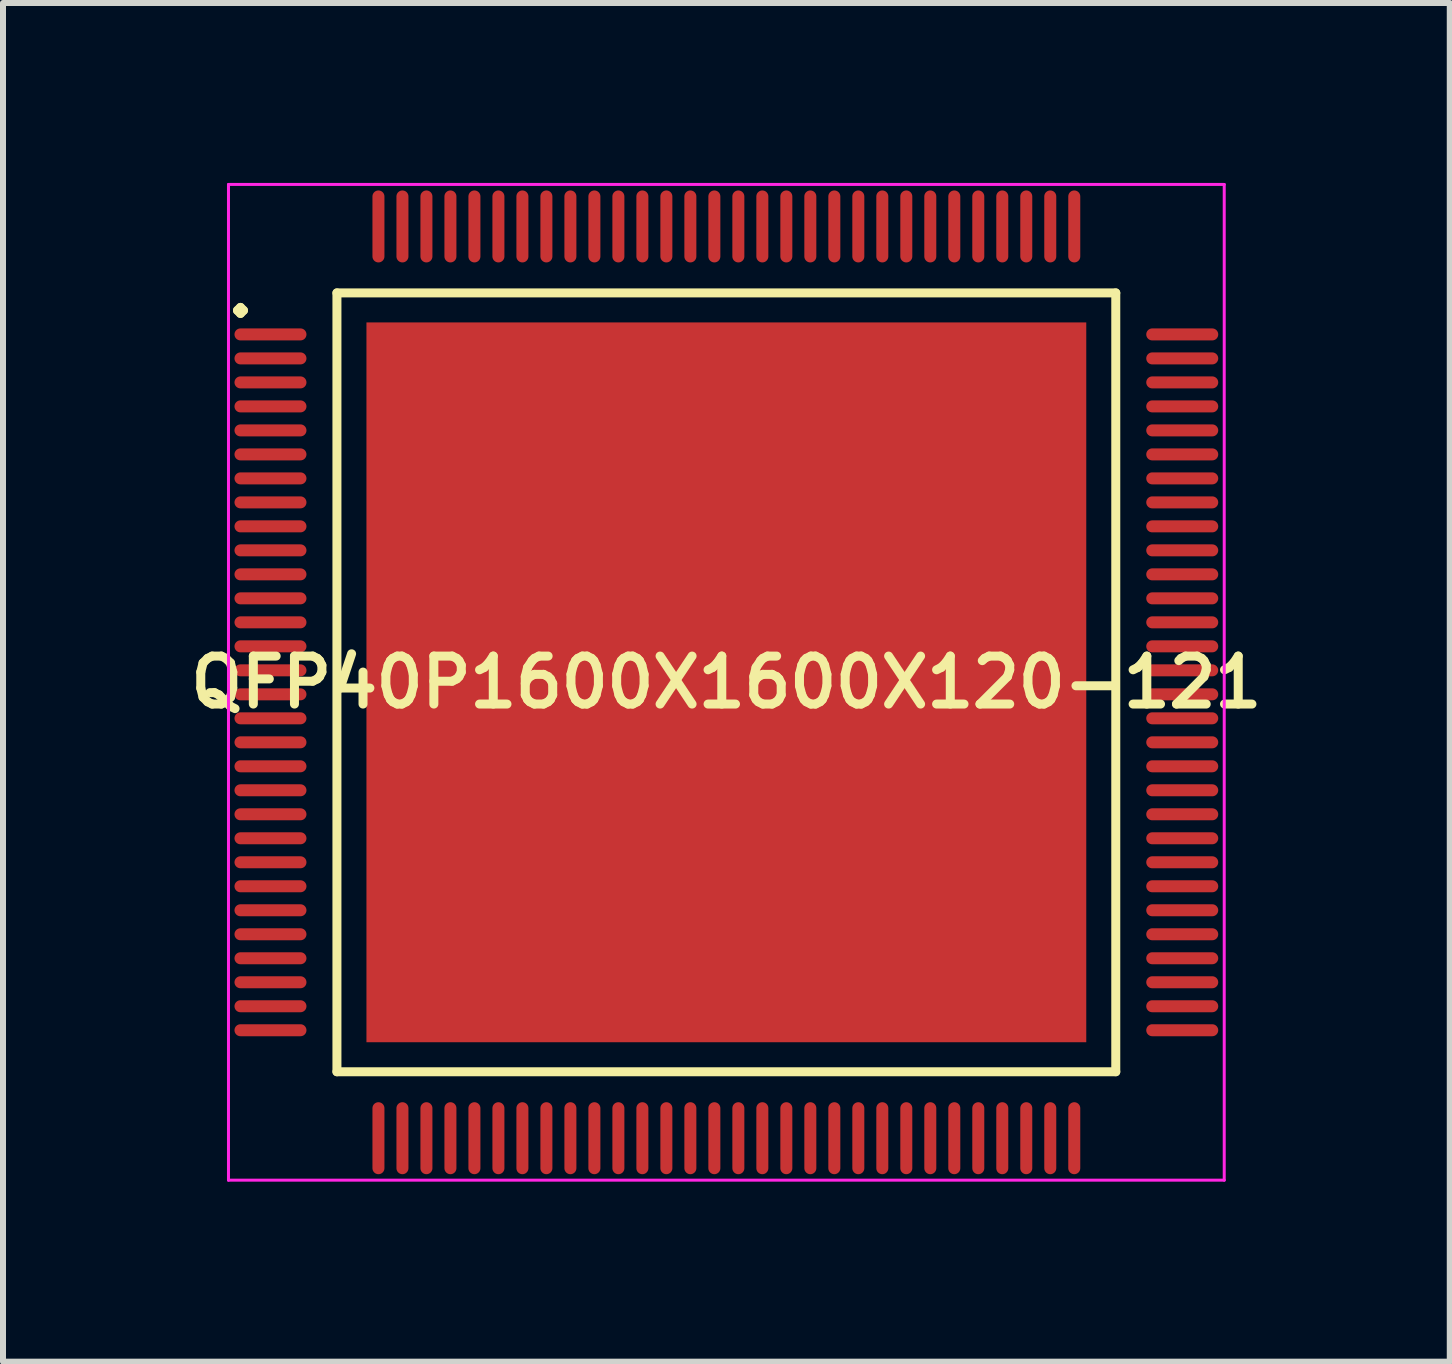
<source format=kicad_pcb>
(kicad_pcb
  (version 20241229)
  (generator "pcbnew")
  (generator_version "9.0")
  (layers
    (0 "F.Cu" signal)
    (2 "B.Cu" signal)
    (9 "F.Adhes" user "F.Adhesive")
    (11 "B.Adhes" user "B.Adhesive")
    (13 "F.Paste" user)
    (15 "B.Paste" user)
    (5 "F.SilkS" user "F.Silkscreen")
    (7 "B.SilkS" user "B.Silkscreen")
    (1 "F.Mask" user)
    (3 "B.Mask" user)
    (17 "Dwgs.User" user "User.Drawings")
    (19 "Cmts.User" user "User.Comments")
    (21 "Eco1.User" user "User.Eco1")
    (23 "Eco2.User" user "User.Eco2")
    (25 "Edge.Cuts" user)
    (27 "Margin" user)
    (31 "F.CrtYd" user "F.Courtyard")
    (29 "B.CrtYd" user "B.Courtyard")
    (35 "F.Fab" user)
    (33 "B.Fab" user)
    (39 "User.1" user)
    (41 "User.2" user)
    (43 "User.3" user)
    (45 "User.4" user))
  (footprint "QFP40P1600X1600X120-121"
    (layer "F.Cu")
    (at 9.059 8.325)
    (property "Reference" "QFP40P1600X1600X120-121" (at 0 0 0) (layer "F.SilkS") (effects (font (size 0.8 0.8) (thickness 0.15))))
    (attr smd)
    (fp_line (start -8.15 -6.2) (end -8.1 -6.25) (stroke (width 0.15) (type solid)) (layer "F.SilkS"))
    (fp_line (start -8.1 -6.25) (end -8.05 -6.2) (stroke (width 0.15) (type solid)) (layer "F.SilkS"))
    (fp_line (start -8.1 -6.15) (end -8.15 -6.2) (stroke (width 0.15) (type solid)) (layer "F.SilkS"))
    (fp_line (start -8.05 -6.2) (end -8.1 -6.15) (stroke (width 0.15) (type solid)) (layer "F.SilkS"))
    (fp_line (start -6.492 -6.492) (end -6.492 6.492) (stroke (width 0.15) (type solid)) (layer "F.SilkS"))
    (fp_line (start -6.492 6.492) (end 6.492 6.492) (stroke (width 0.15) (type solid)) (layer "F.SilkS"))
    (fp_line (start 6.492 -6.492) (end -6.492 -6.492) (stroke (width 0.15) (type solid)) (layer "F.SilkS"))
    (fp_line (start 6.492 6.492) (end 6.492 -6.492) (stroke (width 0.15) (type solid)) (layer "F.SilkS"))
    (fp_line (start -8.3 -8.3) (end 8.3 -8.3) (stroke (width 0.05) (type solid)) (layer "F.CrtYd"))
    (fp_line (start -8.3 8.3) (end -8.3 -8.3) (stroke (width 0.05) (type solid)) (layer "F.CrtYd"))
    (fp_line (start 8.3 -8.3) (end 8.3 8.3) (stroke (width 0.05) (type solid)) (layer "F.CrtYd"))
    (fp_line (start 8.3 8.3) (end -8.3 8.3) (stroke (width 0.05) (type solid)) (layer "F.CrtYd"))
    (pad "1" smd oval (at -7.6 -5.8) (size 1.2 0.2) (layers "F.Cu" "F.Mask" "F.Paste"))
    (pad "2" smd oval (at -7.6 -5.4) (size 1.2 0.2) (layers "F.Cu" "F.Mask" "F.Paste"))
    (pad "3" smd oval (at -7.6 -5) (size 1.2 0.2) (layers "F.Cu" "F.Mask" "F.Paste"))
    (pad "4" smd oval (at -7.6 -4.6) (size 1.2 0.2) (layers "F.Cu" "F.Mask" "F.Paste"))
    (pad "5" smd oval (at -7.6 -4.2) (size 1.2 0.2) (layers "F.Cu" "F.Mask" "F.Paste"))
    (pad "6" smd oval (at -7.6 -3.8) (size 1.2 0.2) (layers "F.Cu" "F.Mask" "F.Paste"))
    (pad "7" smd oval (at -7.6 -3.4) (size 1.2 0.2) (layers "F.Cu" "F.Mask" "F.Paste"))
    (pad "8" smd oval (at -7.6 -3) (size 1.2 0.2) (layers "F.Cu" "F.Mask" "F.Paste"))
    (pad "9" smd oval (at -7.6 -2.6) (size 1.2 0.2) (layers "F.Cu" "F.Mask" "F.Paste"))
    (pad "10" smd oval (at -7.6 -2.2) (size 1.2 0.2) (layers "F.Cu" "F.Mask" "F.Paste"))
    (pad "11" smd oval (at -7.6 -1.8) (size 1.2 0.2) (layers "F.Cu" "F.Mask" "F.Paste"))
    (pad "12" smd oval (at -7.6 -1.4) (size 1.2 0.2) (layers "F.Cu" "F.Mask" "F.Paste"))
    (pad "13" smd oval (at -7.6 -1) (size 1.2 0.2) (layers "F.Cu" "F.Mask" "F.Paste"))
    (pad "14" smd oval (at -7.6 -0.6) (size 1.2 0.2) (layers "F.Cu" "F.Mask" "F.Paste"))
    (pad "15" smd oval (at -7.6 -0.2) (size 1.2 0.2) (layers "F.Cu" "F.Mask" "F.Paste"))
    (pad "16" smd oval (at -7.6 0.2) (size 1.2 0.2) (layers "F.Cu" "F.Mask" "F.Paste"))
    (pad "17" smd oval (at -7.6 0.6) (size 1.2 0.2) (layers "F.Cu" "F.Mask" "F.Paste"))
    (pad "18" smd oval (at -7.6 1) (size 1.2 0.2) (layers "F.Cu" "F.Mask" "F.Paste"))
    (pad "19" smd oval (at -7.6 1.4) (size 1.2 0.2) (layers "F.Cu" "F.Mask" "F.Paste"))
    (pad "20" smd oval (at -7.6 1.8) (size 1.2 0.2) (layers "F.Cu" "F.Mask" "F.Paste"))
    (pad "21" smd oval (at -7.6 2.2) (size 1.2 0.2) (layers "F.Cu" "F.Mask" "F.Paste"))
    (pad "22" smd oval (at -7.6 2.6) (size 1.2 0.2) (layers "F.Cu" "F.Mask" "F.Paste"))
    (pad "23" smd oval (at -7.6 3) (size 1.2 0.2) (layers "F.Cu" "F.Mask" "F.Paste"))
    (pad "24" smd oval (at -7.6 3.4) (size 1.2 0.2) (layers "F.Cu" "F.Mask" "F.Paste"))
    (pad "25" smd oval (at -7.6 3.8) (size 1.2 0.2) (layers "F.Cu" "F.Mask" "F.Paste"))
    (pad "26" smd oval (at -7.6 4.2) (size 1.2 0.2) (layers "F.Cu" "F.Mask" "F.Paste"))
    (pad "27" smd oval (at -7.6 4.6) (size 1.2 0.2) (layers "F.Cu" "F.Mask" "F.Paste"))
    (pad "28" smd oval (at -7.6 5) (size 1.2 0.2) (layers "F.Cu" "F.Mask" "F.Paste"))
    (pad "29" smd oval (at -7.6 5.4) (size 1.2 0.2) (layers "F.Cu" "F.Mask" "F.Paste"))
    (pad "30" smd oval (at -7.6 5.8) (size 1.2 0.2) (layers "F.Cu" "F.Mask" "F.Paste"))
    (pad "31" smd oval (at -5.8 7.6) (size 0.2 1.2) (layers "F.Cu" "F.Mask" "F.Paste"))
    (pad "32" smd oval (at -5.4 7.6) (size 0.2 1.2) (layers "F.Cu" "F.Mask" "F.Paste"))
    (pad "33" smd oval (at -5 7.6) (size 0.2 1.2) (layers "F.Cu" "F.Mask" "F.Paste"))
    (pad "34" smd oval (at -4.6 7.6) (size 0.2 1.2) (layers "F.Cu" "F.Mask" "F.Paste"))
    (pad "35" smd oval (at -4.2 7.6) (size 0.2 1.2) (layers "F.Cu" "F.Mask" "F.Paste"))
    (pad "36" smd oval (at -3.8 7.6) (size 0.2 1.2) (layers "F.Cu" "F.Mask" "F.Paste"))
    (pad "37" smd oval (at -3.4 7.6) (size 0.2 1.2) (layers "F.Cu" "F.Mask" "F.Paste"))
    (pad "38" smd oval (at -3 7.6) (size 0.2 1.2) (layers "F.Cu" "F.Mask" "F.Paste"))
    (pad "39" smd oval (at -2.6 7.6) (size 0.2 1.2) (layers "F.Cu" "F.Mask" "F.Paste"))
    (pad "40" smd oval (at -2.2 7.6) (size 0.2 1.2) (layers "F.Cu" "F.Mask" "F.Paste"))
    (pad "41" smd oval (at -1.8 7.6) (size 0.2 1.2) (layers "F.Cu" "F.Mask" "F.Paste"))
    (pad "42" smd oval (at -1.4 7.6) (size 0.2 1.2) (layers "F.Cu" "F.Mask" "F.Paste"))
    (pad "43" smd oval (at -1 7.6) (size 0.2 1.2) (layers "F.Cu" "F.Mask" "F.Paste"))
    (pad "44" smd oval (at -0.6 7.6) (size 0.2 1.2) (layers "F.Cu" "F.Mask" "F.Paste"))
    (pad "45" smd oval (at -0.2 7.6) (size 0.2 1.2) (layers "F.Cu" "F.Mask" "F.Paste"))
    (pad "46" smd oval (at 0.2 7.6) (size 0.2 1.2) (layers "F.Cu" "F.Mask" "F.Paste"))
    (pad "47" smd oval (at 0.6 7.6) (size 0.2 1.2) (layers "F.Cu" "F.Mask" "F.Paste"))
    (pad "48" smd oval (at 1 7.6) (size 0.2 1.2) (layers "F.Cu" "F.Mask" "F.Paste"))
    (pad "49" smd oval (at 1.4 7.6) (size 0.2 1.2) (layers "F.Cu" "F.Mask" "F.Paste"))
    (pad "50" smd oval (at 1.8 7.6) (size 0.2 1.2) (layers "F.Cu" "F.Mask" "F.Paste"))
    (pad "51" smd oval (at 2.2 7.6) (size 0.2 1.2) (layers "F.Cu" "F.Mask" "F.Paste"))
    (pad "52" smd oval (at 2.6 7.6) (size 0.2 1.2) (layers "F.Cu" "F.Mask" "F.Paste"))
    (pad "53" smd oval (at 3 7.6) (size 0.2 1.2) (layers "F.Cu" "F.Mask" "F.Paste"))
    (pad "54" smd oval (at 3.4 7.6) (size 0.2 1.2) (layers "F.Cu" "F.Mask" "F.Paste"))
    (pad "55" smd oval (at 3.8 7.6) (size 0.2 1.2) (layers "F.Cu" "F.Mask" "F.Paste"))
    (pad "56" smd oval (at 4.2 7.6) (size 0.2 1.2) (layers "F.Cu" "F.Mask" "F.Paste"))
    (pad "57" smd oval (at 4.6 7.6) (size 0.2 1.2) (layers "F.Cu" "F.Mask" "F.Paste"))
    (pad "58" smd oval (at 5 7.6) (size 0.2 1.2) (layers "F.Cu" "F.Mask" "F.Paste"))
    (pad "59" smd oval (at 5.4 7.6) (size 0.2 1.2) (layers "F.Cu" "F.Mask" "F.Paste"))
    (pad "60" smd oval (at 5.8 7.6) (size 0.2 1.2) (layers "F.Cu" "F.Mask" "F.Paste"))
    (pad "61" smd oval (at 7.6 5.8) (size 1.2 0.2) (layers "F.Cu" "F.Mask" "F.Paste"))
    (pad "62" smd oval (at 7.6 5.4) (size 1.2 0.2) (layers "F.Cu" "F.Mask" "F.Paste"))
    (pad "63" smd oval (at 7.6 5) (size 1.2 0.2) (layers "F.Cu" "F.Mask" "F.Paste"))
    (pad "64" smd oval (at 7.6 4.6) (size 1.2 0.2) (layers "F.Cu" "F.Mask" "F.Paste"))
    (pad "65" smd oval (at 7.6 4.2) (size 1.2 0.2) (layers "F.Cu" "F.Mask" "F.Paste"))
    (pad "66" smd oval (at 7.6 3.8) (size 1.2 0.2) (layers "F.Cu" "F.Mask" "F.Paste"))
    (pad "67" smd oval (at 7.6 3.4) (size 1.2 0.2) (layers "F.Cu" "F.Mask" "F.Paste"))
    (pad "68" smd oval (at 7.6 3) (size 1.2 0.2) (layers "F.Cu" "F.Mask" "F.Paste"))
    (pad "69" smd oval (at 7.6 2.6) (size 1.2 0.2) (layers "F.Cu" "F.Mask" "F.Paste"))
    (pad "70" smd oval (at 7.6 2.2) (size 1.2 0.2) (layers "F.Cu" "F.Mask" "F.Paste"))
    (pad "71" smd oval (at 7.6 1.8) (size 1.2 0.2) (layers "F.Cu" "F.Mask" "F.Paste"))
    (pad "72" smd oval (at 7.6 1.4) (size 1.2 0.2) (layers "F.Cu" "F.Mask" "F.Paste"))
    (pad "73" smd oval (at 7.6 1) (size 1.2 0.2) (layers "F.Cu" "F.Mask" "F.Paste"))
    (pad "74" smd oval (at 7.6 0.6) (size 1.2 0.2) (layers "F.Cu" "F.Mask" "F.Paste"))
    (pad "75" smd oval (at 7.6 0.2) (size 1.2 0.2) (layers "F.Cu" "F.Mask" "F.Paste"))
    (pad "76" smd oval (at 7.6 -0.2) (size 1.2 0.2) (layers "F.Cu" "F.Mask" "F.Paste"))
    (pad "77" smd oval (at 7.6 -0.6) (size 1.2 0.2) (layers "F.Cu" "F.Mask" "F.Paste"))
    (pad "78" smd oval (at 7.6 -1) (size 1.2 0.2) (layers "F.Cu" "F.Mask" "F.Paste"))
    (pad "79" smd oval (at 7.6 -1.4) (size 1.2 0.2) (layers "F.Cu" "F.Mask" "F.Paste"))
    (pad "80" smd oval (at 7.6 -1.8) (size 1.2 0.2) (layers "F.Cu" "F.Mask" "F.Paste"))
    (pad "81" smd oval (at 7.6 -2.2) (size 1.2 0.2) (layers "F.Cu" "F.Mask" "F.Paste"))
    (pad "82" smd oval (at 7.6 -2.6) (size 1.2 0.2) (layers "F.Cu" "F.Mask" "F.Paste"))
    (pad "83" smd oval (at 7.6 -3) (size 1.2 0.2) (layers "F.Cu" "F.Mask" "F.Paste"))
    (pad "84" smd oval (at 7.6 -3.4) (size 1.2 0.2) (layers "F.Cu" "F.Mask" "F.Paste"))
    (pad "85" smd oval (at 7.6 -3.8) (size 1.2 0.2) (layers "F.Cu" "F.Mask" "F.Paste"))
    (pad "86" smd oval (at 7.6 -4.2) (size 1.2 0.2) (layers "F.Cu" "F.Mask" "F.Paste"))
    (pad "87" smd oval (at 7.6 -4.6) (size 1.2 0.2) (layers "F.Cu" "F.Mask" "F.Paste"))
    (pad "88" smd oval (at 7.6 -5) (size 1.2 0.2) (layers "F.Cu" "F.Mask" "F.Paste"))
    (pad "89" smd oval (at 7.6 -5.4) (size 1.2 0.2) (layers "F.Cu" "F.Mask" "F.Paste"))
    (pad "90" smd oval (at 7.6 -5.8) (size 1.2 0.2) (layers "F.Cu" "F.Mask" "F.Paste"))
    (pad "91" smd oval (at 5.8 -7.6) (size 0.2 1.2) (layers "F.Cu" "F.Mask" "F.Paste"))
    (pad "92" smd oval (at 5.4 -7.6) (size 0.2 1.2) (layers "F.Cu" "F.Mask" "F.Paste"))
    (pad "93" smd oval (at 5 -7.6) (size 0.2 1.2) (layers "F.Cu" "F.Mask" "F.Paste"))
    (pad "94" smd oval (at 4.6 -7.6) (size 0.2 1.2) (layers "F.Cu" "F.Mask" "F.Paste"))
    (pad "95" smd oval (at 4.2 -7.6) (size 0.2 1.2) (layers "F.Cu" "F.Mask" "F.Paste"))
    (pad "96" smd oval (at 3.8 -7.6) (size 0.2 1.2) (layers "F.Cu" "F.Mask" "F.Paste"))
    (pad "97" smd oval (at 3.4 -7.6) (size 0.2 1.2) (layers "F.Cu" "F.Mask" "F.Paste"))
    (pad "98" smd oval (at 3 -7.6) (size 0.2 1.2) (layers "F.Cu" "F.Mask" "F.Paste"))
    (pad "99" smd oval (at 2.6 -7.6) (size 0.2 1.2) (layers "F.Cu" "F.Mask" "F.Paste"))
    (pad "100" smd oval (at 2.2 -7.6) (size 0.2 1.2) (layers "F.Cu" "F.Mask" "F.Paste"))
    (pad "101" smd oval (at 1.8 -7.6) (size 0.2 1.2) (layers "F.Cu" "F.Mask" "F.Paste"))
    (pad "102" smd oval (at 1.4 -7.6) (size 0.2 1.2) (layers "F.Cu" "F.Mask" "F.Paste"))
    (pad "103" smd oval (at 1 -7.6) (size 0.2 1.2) (layers "F.Cu" "F.Mask" "F.Paste"))
    (pad "104" smd oval (at 0.6 -7.6) (size 0.2 1.2) (layers "F.Cu" "F.Mask" "F.Paste"))
    (pad "105" smd oval (at 0.2 -7.6) (size 0.2 1.2) (layers "F.Cu" "F.Mask" "F.Paste"))
    (pad "106" smd oval (at -0.2 -7.6) (size 0.2 1.2) (layers "F.Cu" "F.Mask" "F.Paste"))
    (pad "107" smd oval (at -0.6 -7.6) (size 0.2 1.2) (layers "F.Cu" "F.Mask" "F.Paste"))
    (pad "108" smd oval (at -1 -7.6) (size 0.2 1.2) (layers "F.Cu" "F.Mask" "F.Paste"))
    (pad "109" smd oval (at -1.4 -7.6) (size 0.2 1.2) (layers "F.Cu" "F.Mask" "F.Paste"))
    (pad "110" smd oval (at -1.8 -7.6) (size 0.2 1.2) (layers "F.Cu" "F.Mask" "F.Paste"))
    (pad "111" smd oval (at -2.2 -7.6) (size 0.2 1.2) (layers "F.Cu" "F.Mask" "F.Paste"))
    (pad "112" smd oval (at -2.6 -7.6) (size 0.2 1.2) (layers "F.Cu" "F.Mask" "F.Paste"))
    (pad "113" smd oval (at -3 -7.6) (size 0.2 1.2) (layers "F.Cu" "F.Mask" "F.Paste"))
    (pad "114" smd oval (at -3.4 -7.6) (size 0.2 1.2) (layers "F.Cu" "F.Mask" "F.Paste"))
    (pad "115" smd oval (at -3.8 -7.6) (size 0.2 1.2) (layers "F.Cu" "F.Mask" "F.Paste"))
    (pad "116" smd oval (at -4.2 -7.6) (size 0.2 1.2) (layers "F.Cu" "F.Mask" "F.Paste"))
    (pad "117" smd oval (at -4.6 -7.6) (size 0.2 1.2) (layers "F.Cu" "F.Mask" "F.Paste"))
    (pad "118" smd oval (at -5 -7.6) (size 0.2 1.2) (layers "F.Cu" "F.Mask" "F.Paste"))
    (pad "119" smd oval (at -5.4 -7.6) (size 0.2 1.2) (layers "F.Cu" "F.Mask" "F.Paste"))
    (pad "120" smd oval (at -5.8 -7.6) (size 0.2 1.2) (layers "F.Cu" "F.Mask" "F.Paste"))
    (pad "121" smd rect (at 0 0) (size 12 12) (layers "F.Cu" "F.Mask" "F.Paste")))
  (gr_rect
    (start -3 -3)
    (end 21.119 19.65)
    (stroke (width 0.1) (type default))
    (fill no)
    (layer "Edge.Cuts")))
</source>
